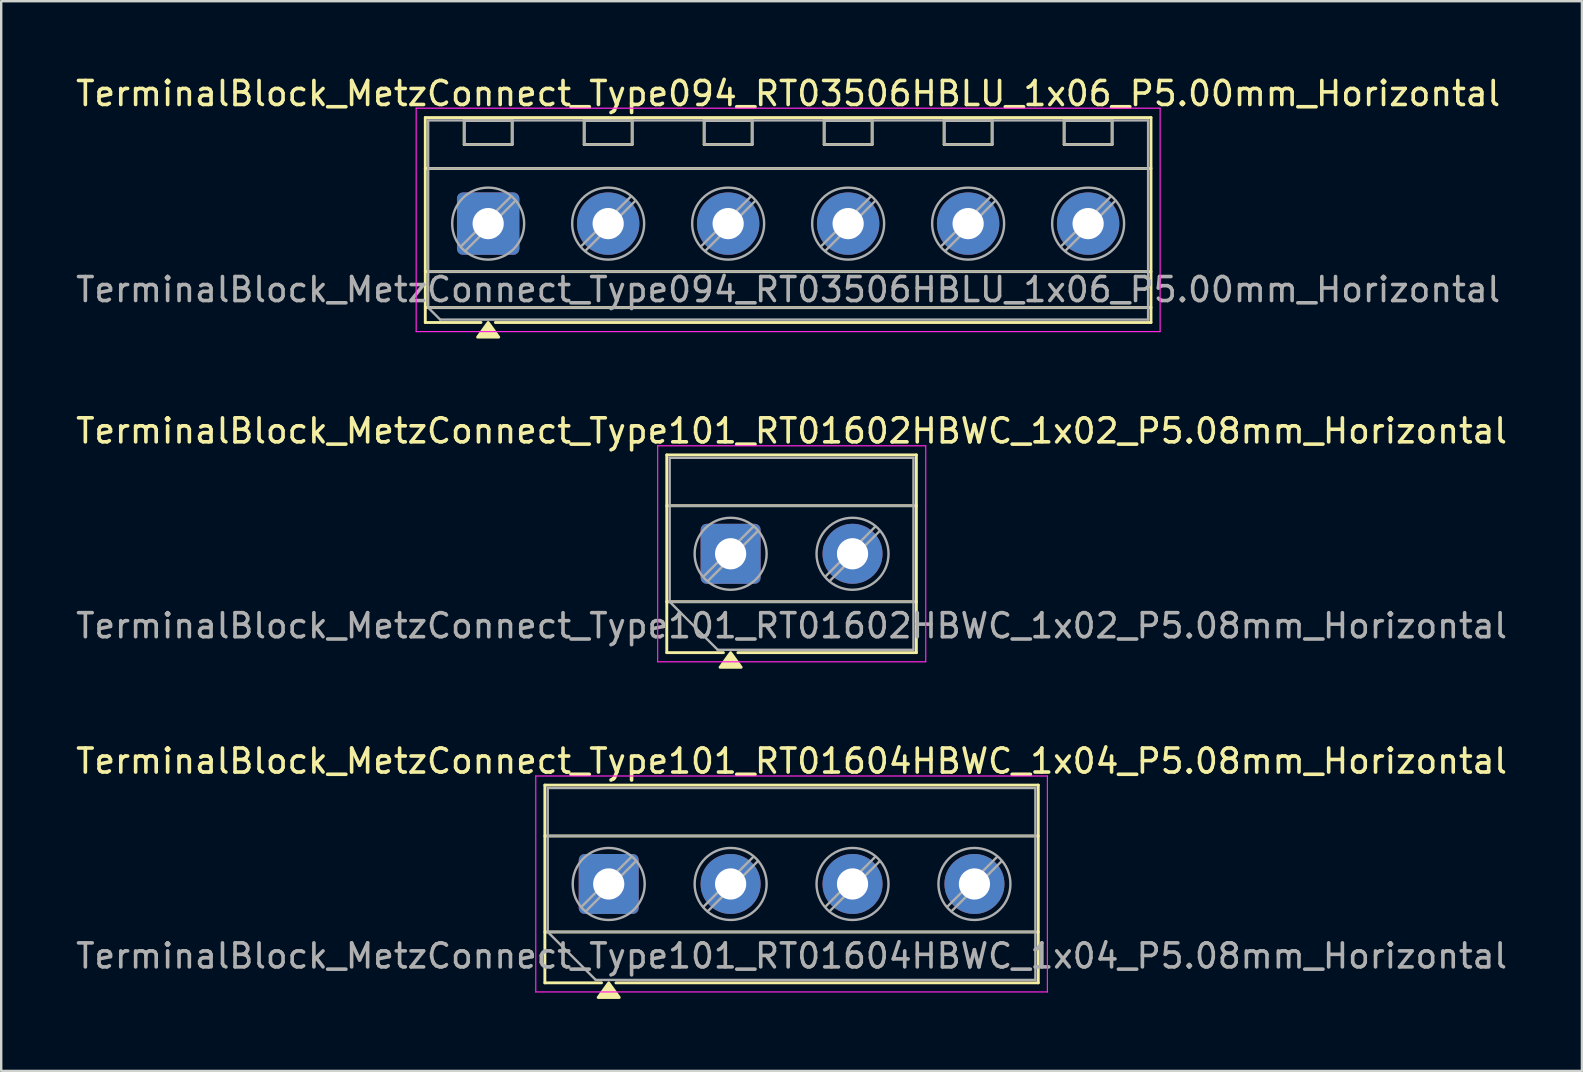
<source format=kicad_pcb>
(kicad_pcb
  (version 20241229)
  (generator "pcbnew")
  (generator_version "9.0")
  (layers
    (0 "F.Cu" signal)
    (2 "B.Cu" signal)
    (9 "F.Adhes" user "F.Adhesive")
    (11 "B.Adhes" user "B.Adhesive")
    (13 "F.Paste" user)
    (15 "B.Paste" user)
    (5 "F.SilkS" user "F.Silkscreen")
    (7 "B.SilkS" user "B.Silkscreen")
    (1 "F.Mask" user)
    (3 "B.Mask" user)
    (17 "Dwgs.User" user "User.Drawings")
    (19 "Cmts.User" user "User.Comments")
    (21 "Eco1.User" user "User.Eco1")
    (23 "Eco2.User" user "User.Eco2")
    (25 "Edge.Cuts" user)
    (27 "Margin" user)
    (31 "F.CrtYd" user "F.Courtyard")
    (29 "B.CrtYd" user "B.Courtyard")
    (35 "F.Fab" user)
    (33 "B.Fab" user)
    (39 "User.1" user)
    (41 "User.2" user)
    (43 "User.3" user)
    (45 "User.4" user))
  (footprint "TerminalBlock_MetzConnect_Type094_RT03506HBLU_1x06_P5.00mm_Horizontal"
    (layer "F.Cu")
    (at 17.292 6.268)
    (property "Reference" "TerminalBlock_MetzConnect_Type094_RT03506HBLU_1x06_P5.00mm_Horizontal" (at 12.5 -5.42 0) (layer "F.SilkS") (effects (font (size 1 1) (thickness 0.15))))
    (attr through_hole)
    (fp_line (start -2.62 -4.42) (end -2.62 4.12) (stroke (width 0.12) (type solid)) (layer "F.SilkS"))
    (fp_line (start -2.62 -4.42) (end 27.62 -4.42) (stroke (width 0.12) (type solid)) (layer "F.SilkS"))
    (fp_line (start -2.62 -2.3) (end 27.62 -2.3) (stroke (width 0.12) (type solid)) (layer "F.SilkS"))
    (fp_line (start -2.62 2) (end 27.62 2) (stroke (width 0.12) (type solid)) (layer "F.SilkS"))
    (fp_line (start -2.62 3.5) (end 27.62 3.5) (stroke (width 0.12) (type solid)) (layer "F.SilkS"))
    (fp_line (start -2.62 4.12) (end -0.3 4.12) (stroke (width 0.12) (type solid)) (layer "F.SilkS"))
    (fp_line (start -1 -4.3) (end -1 -3.3) (stroke (width 0.12) (type solid)) (layer "F.SilkS"))
    (fp_line (start -1 -4.3) (end 1 -4.3) (stroke (width 0.12) (type solid)) (layer "F.SilkS"))
    (fp_line (start -1 -3.3) (end 1 -3.3) (stroke (width 0.12) (type solid)) (layer "F.SilkS"))
    (fp_line (start 0.3 4.12) (end 27.62 4.12) (stroke (width 0.12) (type solid)) (layer "F.SilkS"))
    (fp_line (start 1 -4.3) (end 1 -3.3) (stroke (width 0.12) (type solid)) (layer "F.SilkS"))
    (fp_line (start 4 -4.3) (end 4 -3.3) (stroke (width 0.12) (type solid)) (layer "F.SilkS"))
    (fp_line (start 4 -4.3) (end 6 -4.3) (stroke (width 0.12) (type solid)) (layer "F.SilkS"))
    (fp_line (start 4 -3.3) (end 6 -3.3) (stroke (width 0.12) (type solid)) (layer "F.SilkS"))
    (fp_line (start 6 -4.3) (end 6 -3.3) (stroke (width 0.12) (type solid)) (layer "F.SilkS"))
    (fp_line (start 9 -4.3) (end 9 -3.3) (stroke (width 0.12) (type solid)) (layer "F.SilkS"))
    (fp_line (start 9 -4.3) (end 11 -4.3) (stroke (width 0.12) (type solid)) (layer "F.SilkS"))
    (fp_line (start 9 -3.3) (end 11 -3.3) (stroke (width 0.12) (type solid)) (layer "F.SilkS"))
    (fp_line (start 11 -4.3) (end 11 -3.3) (stroke (width 0.12) (type solid)) (layer "F.SilkS"))
    (fp_line (start 14 -4.3) (end 14 -3.3) (stroke (width 0.12) (type solid)) (layer "F.SilkS"))
    (fp_line (start 14 -4.3) (end 16 -4.3) (stroke (width 0.12) (type solid)) (layer "F.SilkS"))
    (fp_line (start 14 -3.3) (end 16 -3.3) (stroke (width 0.12) (type solid)) (layer "F.SilkS"))
    (fp_line (start 16 -4.3) (end 16 -3.3) (stroke (width 0.12) (type solid)) (layer "F.SilkS"))
    (fp_line (start 19 -4.3) (end 19 -3.3) (stroke (width 0.12) (type solid)) (layer "F.SilkS"))
    (fp_line (start 19 -4.3) (end 21 -4.3) (stroke (width 0.12) (type solid)) (layer "F.SilkS"))
    (fp_line (start 19 -3.3) (end 21 -3.3) (stroke (width 0.12) (type solid)) (layer "F.SilkS"))
    (fp_line (start 21 -4.3) (end 21 -3.3) (stroke (width 0.12) (type solid)) (layer "F.SilkS"))
    (fp_line (start 24 -4.3) (end 24 -3.3) (stroke (width 0.12) (type solid)) (layer "F.SilkS"))
    (fp_line (start 24 -4.3) (end 26 -4.3) (stroke (width 0.12) (type solid)) (layer "F.SilkS"))
    (fp_line (start 24 -3.3) (end 26 -3.3) (stroke (width 0.12) (type solid)) (layer "F.SilkS"))
    (fp_line (start 26 -4.3) (end 26 -3.3) (stroke (width 0.12) (type solid)) (layer "F.SilkS"))
    (fp_line (start 27.62 -4.42) (end 27.62 4.12) (stroke (width 0.12) (type solid)) (layer "F.SilkS"))
    (fp_poly (pts (xy 0 4.12) (xy 0.44 4.73) (xy -0.44 4.73)) (stroke (width 0.12) (type solid)) (fill yes) (layer "F.SilkS"))
    (fp_line (start -3 -4.81) (end -3 4.5) (stroke (width 0.05) (type solid)) (layer "F.CrtYd"))
    (fp_line (start -3 4.5) (end 28 4.5) (stroke (width 0.05) (type solid)) (layer "F.CrtYd"))
    (fp_line (start 28 -4.81) (end -3 -4.81) (stroke (width 0.05) (type solid)) (layer "F.CrtYd"))
    (fp_line (start 28 4.5) (end 28 -4.81) (stroke (width 0.05) (type solid)) (layer "F.CrtYd"))
    (fp_line (start -2.5 -4.3) (end 27.5 -4.3) (stroke (width 0.1) (type solid)) (layer "F.Fab"))
    (fp_line (start -2.5 -2.3) (end 27.5 -2.3) (stroke (width 0.1) (type solid)) (layer "F.Fab"))
    (fp_line (start -2.5 2) (end 27.5 2) (stroke (width 0.1) (type solid)) (layer "F.Fab"))
    (fp_line (start -2.5 3.5) (end -2.5 -4.3) (stroke (width 0.1) (type solid)) (layer "F.Fab"))
    (fp_line (start -2.5 3.5) (end 27.5 3.5) (stroke (width 0.1) (type solid)) (layer "F.Fab"))
    (fp_line (start -2 4) (end -2.5 3.5) (stroke (width 0.1) (type solid)) (layer "F.Fab"))
    (fp_line (start -1 -4.3) (end -1 -3.3) (stroke (width 0.1) (type solid)) (layer "F.Fab"))
    (fp_line (start -1 -3.3) (end 1 -3.3) (stroke (width 0.1) (type solid)) (layer "F.Fab"))
    (fp_line (start 0.955 -1.138) (end -1.138 0.955) (stroke (width 0.1) (type solid)) (layer "F.Fab"))
    (fp_line (start 1 -4.3) (end -1 -4.3) (stroke (width 0.1) (type solid)) (layer "F.Fab"))
    (fp_line (start 1 -3.3) (end 1 -4.3) (stroke (width 0.1) (type solid)) (layer "F.Fab"))
    (fp_line (start 1.138 -0.955) (end -0.955 1.138) (stroke (width 0.1) (type solid)) (layer "F.Fab"))
    (fp_line (start 4 -4.3) (end 4 -3.3) (stroke (width 0.1) (type solid)) (layer "F.Fab"))
    (fp_line (start 4 -3.3) (end 6 -3.3) (stroke (width 0.1) (type solid)) (layer "F.Fab"))
    (fp_line (start 5.955 -1.138) (end 3.862 0.955) (stroke (width 0.1) (type solid)) (layer "F.Fab"))
    (fp_line (start 6 -4.3) (end 4 -4.3) (stroke (width 0.1) (type solid)) (layer "F.Fab"))
    (fp_line (start 6 -3.3) (end 6 -4.3) (stroke (width 0.1) (type solid)) (layer "F.Fab"))
    (fp_line (start 6.138 -0.955) (end 4.045 1.138) (stroke (width 0.1) (type solid)) (layer "F.Fab"))
    (fp_line (start 9 -4.3) (end 9 -3.3) (stroke (width 0.1) (type solid)) (layer "F.Fab"))
    (fp_line (start 9 -3.3) (end 11 -3.3) (stroke (width 0.1) (type solid)) (layer "F.Fab"))
    (fp_line (start 10.955 -1.138) (end 8.862 0.955) (stroke (width 0.1) (type solid)) (layer "F.Fab"))
    (fp_line (start 11 -4.3) (end 9 -4.3) (stroke (width 0.1) (type solid)) (layer "F.Fab"))
    (fp_line (start 11 -3.3) (end 11 -4.3) (stroke (width 0.1) (type solid)) (layer "F.Fab"))
    (fp_line (start 11.138 -0.955) (end 9.045 1.138) (stroke (width 0.1) (type solid)) (layer "F.Fab"))
    (fp_line (start 14 -4.3) (end 14 -3.3) (stroke (width 0.1) (type solid)) (layer "F.Fab"))
    (fp_line (start 14 -3.3) (end 16 -3.3) (stroke (width 0.1) (type solid)) (layer "F.Fab"))
    (fp_line (start 15.955 -1.138) (end 13.862 0.955) (stroke (width 0.1) (type solid)) (layer "F.Fab"))
    (fp_line (start 16 -4.3) (end 14 -4.3) (stroke (width 0.1) (type solid)) (layer "F.Fab"))
    (fp_line (start 16 -3.3) (end 16 -4.3) (stroke (width 0.1) (type solid)) (layer "F.Fab"))
    (fp_line (start 16.138 -0.955) (end 14.045 1.138) (stroke (width 0.1) (type solid)) (layer "F.Fab"))
    (fp_line (start 19 -4.3) (end 19 -3.3) (stroke (width 0.1) (type solid)) (layer "F.Fab"))
    (fp_line (start 19 -3.3) (end 21 -3.3) (stroke (width 0.1) (type solid)) (layer "F.Fab"))
    (fp_line (start 20.955 -1.138) (end 18.862 0.955) (stroke (width 0.1) (type solid)) (layer "F.Fab"))
    (fp_line (start 21 -4.3) (end 19 -4.3) (stroke (width 0.1) (type solid)) (layer "F.Fab"))
    (fp_line (start 21 -3.3) (end 21 -4.3) (stroke (width 0.1) (type solid)) (layer "F.Fab"))
    (fp_line (start 21.138 -0.955) (end 19.045 1.138) (stroke (width 0.1) (type solid)) (layer "F.Fab"))
    (fp_line (start 24 -4.3) (end 24 -3.3) (stroke (width 0.1) (type solid)) (layer "F.Fab"))
    (fp_line (start 24 -3.3) (end 26 -3.3) (stroke (width 0.1) (type solid)) (layer "F.Fab"))
    (fp_line (start 25.955 -1.138) (end 23.862 0.955) (stroke (width 0.1) (type solid)) (layer "F.Fab"))
    (fp_line (start 26 -4.3) (end 24 -4.3) (stroke (width 0.1) (type solid)) (layer "F.Fab"))
    (fp_line (start 26 -3.3) (end 26 -4.3) (stroke (width 0.1) (type solid)) (layer "F.Fab"))
    (fp_line (start 26.138 -0.955) (end 24.045 1.138) (stroke (width 0.1) (type solid)) (layer "F.Fab"))
    (fp_line (start 27.5 -4.3) (end 27.5 4) (stroke (width 0.1) (type solid)) (layer "F.Fab"))
    (fp_line (start 27.5 4) (end -2 4) (stroke (width 0.1) (type solid)) (layer "F.Fab"))
    (fp_circle (center 0 0) (end 1.5 0) (stroke (width 0.1) (type solid)) (fill no) (layer "F.Fab"))
    (fp_circle (center 5 0) (end 6.5 0) (stroke (width 0.1) (type solid)) (fill no) (layer "F.Fab"))
    (fp_circle (center 10 0) (end 11.5 0) (stroke (width 0.1) (type solid)) (fill no) (layer "F.Fab"))
    (fp_circle (center 15 0) (end 16.5 0) (stroke (width 0.1) (type solid)) (fill no) (layer "F.Fab"))
    (fp_circle (center 20 0) (end 21.5 0) (stroke (width 0.1) (type solid)) (fill no) (layer "F.Fab"))
    (fp_circle (center 25 0) (end 26.5 0) (stroke (width 0.1) (type solid)) (fill no) (layer "F.Fab"))
    (fp_text user "${REFERENCE}" (at 12.5 2.75 0) (layer "F.Fab") (effects (font (size 1 1) (thickness 0.15))))
    (pad "1" thru_hole roundrect (at 0 0) (size 2.6 2.6) (drill 1.3) (layers "*.Cu" "*.Mask") (roundrect_rratio 0.096))
    (pad "2" thru_hole circle (at 5 0) (size 2.6 2.6) (drill 1.3) (layers "*.Cu" "*.Mask"))
    (pad "3" thru_hole circle (at 10 0) (size 2.6 2.6) (drill 1.3) (layers "*.Cu" "*.Mask"))
    (pad "4" thru_hole circle (at 15 0) (size 2.6 2.6) (drill 1.3) (layers "*.Cu" "*.Mask"))
    (pad "5" thru_hole circle (at 20 0) (size 2.6 2.6) (drill 1.3) (layers "*.Cu" "*.Mask"))
    (pad "6" thru_hole circle (at 25 0) (size 2.6 2.6) (drill 1.3) (layers "*.Cu" "*.Mask")))
  (footprint "TerminalBlock_MetzConnect_Type101_RT01604HBWC_1x04_P5.08mm_Horizontal"
    (layer "F.Cu")
    (at 22.315 33.785)
    (property "Reference" "TerminalBlock_MetzConnect_Type101_RT01604HBWC_1x04_P5.08mm_Horizontal" (at 7.62 -5.12 0) (layer "F.SilkS") (effects (font (size 1 1) (thickness 0.15))))
    (attr through_hole)
    (fp_line (start -2.66 -4.12) (end -2.66 4.12) (stroke (width 0.12) (type solid)) (layer "F.SilkS"))
    (fp_line (start -2.66 -4.12) (end 17.9 -4.12) (stroke (width 0.12) (type solid)) (layer "F.SilkS"))
    (fp_line (start -2.66 -2) (end 17.9 -2) (stroke (width 0.12) (type solid)) (layer "F.SilkS"))
    (fp_line (start -2.66 2) (end 17.9 2) (stroke (width 0.12) (type solid)) (layer "F.SilkS"))
    (fp_line (start -2.66 4.12) (end -0.3 4.12) (stroke (width 0.12) (type solid)) (layer "F.SilkS"))
    (fp_line (start 0.3 4.12) (end 17.9 4.12) (stroke (width 0.12) (type solid)) (layer "F.SilkS"))
    (fp_line (start 17.9 -4.12) (end 17.9 4.12) (stroke (width 0.12) (type solid)) (layer "F.SilkS"))
    (fp_poly (pts (xy 0 4.12) (xy 0.44 4.73) (xy -0.44 4.73)) (stroke (width 0.12) (type solid)) (fill yes) (layer "F.SilkS"))
    (fp_line (start -3.04 -4.5) (end -3.04 4.5) (stroke (width 0.05) (type solid)) (layer "F.CrtYd"))
    (fp_line (start -3.04 4.5) (end 18.28 4.5) (stroke (width 0.05) (type solid)) (layer "F.CrtYd"))
    (fp_line (start 18.28 -4.5) (end -3.04 -4.5) (stroke (width 0.05) (type solid)) (layer "F.CrtYd"))
    (fp_line (start 18.28 4.5) (end 18.28 -4.5) (stroke (width 0.05) (type solid)) (layer "F.CrtYd"))
    (fp_line (start -2.54 -4) (end 17.78 -4) (stroke (width 0.1) (type solid)) (layer "F.Fab"))
    (fp_line (start -2.54 -2) (end 17.78 -2) (stroke (width 0.1) (type solid)) (layer "F.Fab"))
    (fp_line (start -2.54 2) (end -2.54 -4) (stroke (width 0.1) (type solid)) (layer "F.Fab"))
    (fp_line (start -2.54 2) (end 17.78 2) (stroke (width 0.1) (type solid)) (layer "F.Fab"))
    (fp_line (start -0.54 4) (end -2.54 2) (stroke (width 0.1) (type solid)) (layer "F.Fab"))
    (fp_line (start 0.955 -1.138) (end -1.138 0.955) (stroke (width 0.1) (type solid)) (layer "F.Fab"))
    (fp_line (start 1.138 -0.955) (end -0.955 1.138) (stroke (width 0.1) (type solid)) (layer "F.Fab"))
    (fp_line (start 6.035 -1.138) (end 3.942 0.955) (stroke (width 0.1) (type solid)) (layer "F.Fab"))
    (fp_line (start 6.218 -0.955) (end 4.125 1.138) (stroke (width 0.1) (type solid)) (layer "F.Fab"))
    (fp_line (start 11.115 -1.138) (end 9.022 0.955) (stroke (width 0.1) (type solid)) (layer "F.Fab"))
    (fp_line (start 11.298 -0.955) (end 9.205 1.138) (stroke (width 0.1) (type solid)) (layer "F.Fab"))
    (fp_line (start 16.195 -1.138) (end 14.102 0.955) (stroke (width 0.1) (type solid)) (layer "F.Fab"))
    (fp_line (start 16.378 -0.955) (end 14.285 1.138) (stroke (width 0.1) (type solid)) (layer "F.Fab"))
    (fp_line (start 17.78 -4) (end 17.78 4) (stroke (width 0.1) (type solid)) (layer "F.Fab"))
    (fp_line (start 17.78 4) (end -0.54 4) (stroke (width 0.1) (type solid)) (layer "F.Fab"))
    (fp_circle (center 0 0) (end 1.5 0) (stroke (width 0.1) (type solid)) (fill no) (layer "F.Fab"))
    (fp_circle (center 5.08 0) (end 6.58 0) (stroke (width 0.1) (type solid)) (fill no) (layer "F.Fab"))
    (fp_circle (center 10.16 0) (end 11.66 0) (stroke (width 0.1) (type solid)) (fill no) (layer "F.Fab"))
    (fp_circle (center 15.24 0) (end 16.74 0) (stroke (width 0.1) (type solid)) (fill no) (layer "F.Fab"))
    (fp_text user "${REFERENCE}" (at 7.62 3 0) (layer "F.Fab") (effects (font (size 1 1) (thickness 0.15))))
    (pad "1" thru_hole roundrect (at 0 0) (size 2.5 2.5) (drill 1.3) (layers "*.Cu" "*.Mask") (roundrect_rratio 0.1))
    (pad "2" thru_hole circle (at 5.08 0) (size 2.5 2.5) (drill 1.3) (layers "*.Cu" "*.Mask"))
    (pad "3" thru_hole circle (at 10.16 0) (size 2.5 2.5) (drill 1.3) (layers "*.Cu" "*.Mask"))
    (pad "4" thru_hole circle (at 15.24 0) (size 2.5 2.5) (drill 1.3) (layers "*.Cu" "*.Mask")))
  (footprint "TerminalBlock_MetzConnect_Type101_RT01602HBWC_1x02_P5.08mm_Horizontal"
    (layer "F.Cu")
    (at 27.395 20.026)
    (property "Reference" "TerminalBlock_MetzConnect_Type101_RT01602HBWC_1x02_P5.08mm_Horizontal" (at 2.54 -5.12 0) (layer "F.SilkS") (effects (font (size 1 1) (thickness 0.15))))
    (attr through_hole)
    (fp_line (start -2.66 -4.12) (end -2.66 4.12) (stroke (width 0.12) (type solid)) (layer "F.SilkS"))
    (fp_line (start -2.66 -4.12) (end 7.74 -4.12) (stroke (width 0.12) (type solid)) (layer "F.SilkS"))
    (fp_line (start -2.66 -2) (end 7.74 -2) (stroke (width 0.12) (type solid)) (layer "F.SilkS"))
    (fp_line (start -2.66 2) (end 7.74 2) (stroke (width 0.12) (type solid)) (layer "F.SilkS"))
    (fp_line (start -2.66 4.12) (end -0.3 4.12) (stroke (width 0.12) (type solid)) (layer "F.SilkS"))
    (fp_line (start 0.3 4.12) (end 7.74 4.12) (stroke (width 0.12) (type solid)) (layer "F.SilkS"))
    (fp_line (start 7.74 -4.12) (end 7.74 4.12) (stroke (width 0.12) (type solid)) (layer "F.SilkS"))
    (fp_poly (pts (xy 0 4.12) (xy 0.44 4.73) (xy -0.44 4.73)) (stroke (width 0.12) (type solid)) (fill yes) (layer "F.SilkS"))
    (fp_line (start -3.04 -4.5) (end -3.04 4.5) (stroke (width 0.05) (type solid)) (layer "F.CrtYd"))
    (fp_line (start -3.04 4.5) (end 8.13 4.5) (stroke (width 0.05) (type solid)) (layer "F.CrtYd"))
    (fp_line (start 8.13 -4.5) (end -3.04 -4.5) (stroke (width 0.05) (type solid)) (layer "F.CrtYd"))
    (fp_line (start 8.13 4.5) (end 8.13 -4.5) (stroke (width 0.05) (type solid)) (layer "F.CrtYd"))
    (fp_line (start -2.54 -4) (end 7.62 -4) (stroke (width 0.1) (type solid)) (layer "F.Fab"))
    (fp_line (start -2.54 -2) (end 7.62 -2) (stroke (width 0.1) (type solid)) (layer "F.Fab"))
    (fp_line (start -2.54 2) (end -2.54 -4) (stroke (width 0.1) (type solid)) (layer "F.Fab"))
    (fp_line (start -2.54 2) (end 7.62 2) (stroke (width 0.1) (type solid)) (layer "F.Fab"))
    (fp_line (start -0.54 4) (end -2.54 2) (stroke (width 0.1) (type solid)) (layer "F.Fab"))
    (fp_line (start 0.955 -1.138) (end -1.138 0.955) (stroke (width 0.1) (type solid)) (layer "F.Fab"))
    (fp_line (start 1.138 -0.955) (end -0.955 1.138) (stroke (width 0.1) (type solid)) (layer "F.Fab"))
    (fp_line (start 6.035 -1.138) (end 3.942 0.955) (stroke (width 0.1) (type solid)) (layer "F.Fab"))
    (fp_line (start 6.218 -0.955) (end 4.125 1.138) (stroke (width 0.1) (type solid)) (layer "F.Fab"))
    (fp_line (start 7.62 -4) (end 7.62 4) (stroke (width 0.1) (type solid)) (layer "F.Fab"))
    (fp_line (start 7.62 4) (end -0.54 4) (stroke (width 0.1) (type solid)) (layer "F.Fab"))
    (fp_circle (center 0 0) (end 1.5 0) (stroke (width 0.1) (type solid)) (fill no) (layer "F.Fab"))
    (fp_circle (center 5.08 0) (end 6.58 0) (stroke (width 0.1) (type solid)) (fill no) (layer "F.Fab"))
    (fp_text user "${REFERENCE}" (at 2.54 3 0) (layer "F.Fab") (effects (font (size 1 1) (thickness 0.15))))
    (pad "1" thru_hole roundrect (at 0 0) (size 2.5 2.5) (drill 1.3) (layers "*.Cu" "*.Mask") (roundrect_rratio 0.1))
    (pad "2" thru_hole circle (at 5.08 0) (size 2.5 2.5) (drill 1.3) (layers "*.Cu" "*.Mask")))
  (gr_rect
    (start -3 -3)
    (end 62.869 41.575)
    (stroke (width 0.1) (type default))
    (fill no)
    (layer "Edge.Cuts")))
</source>
